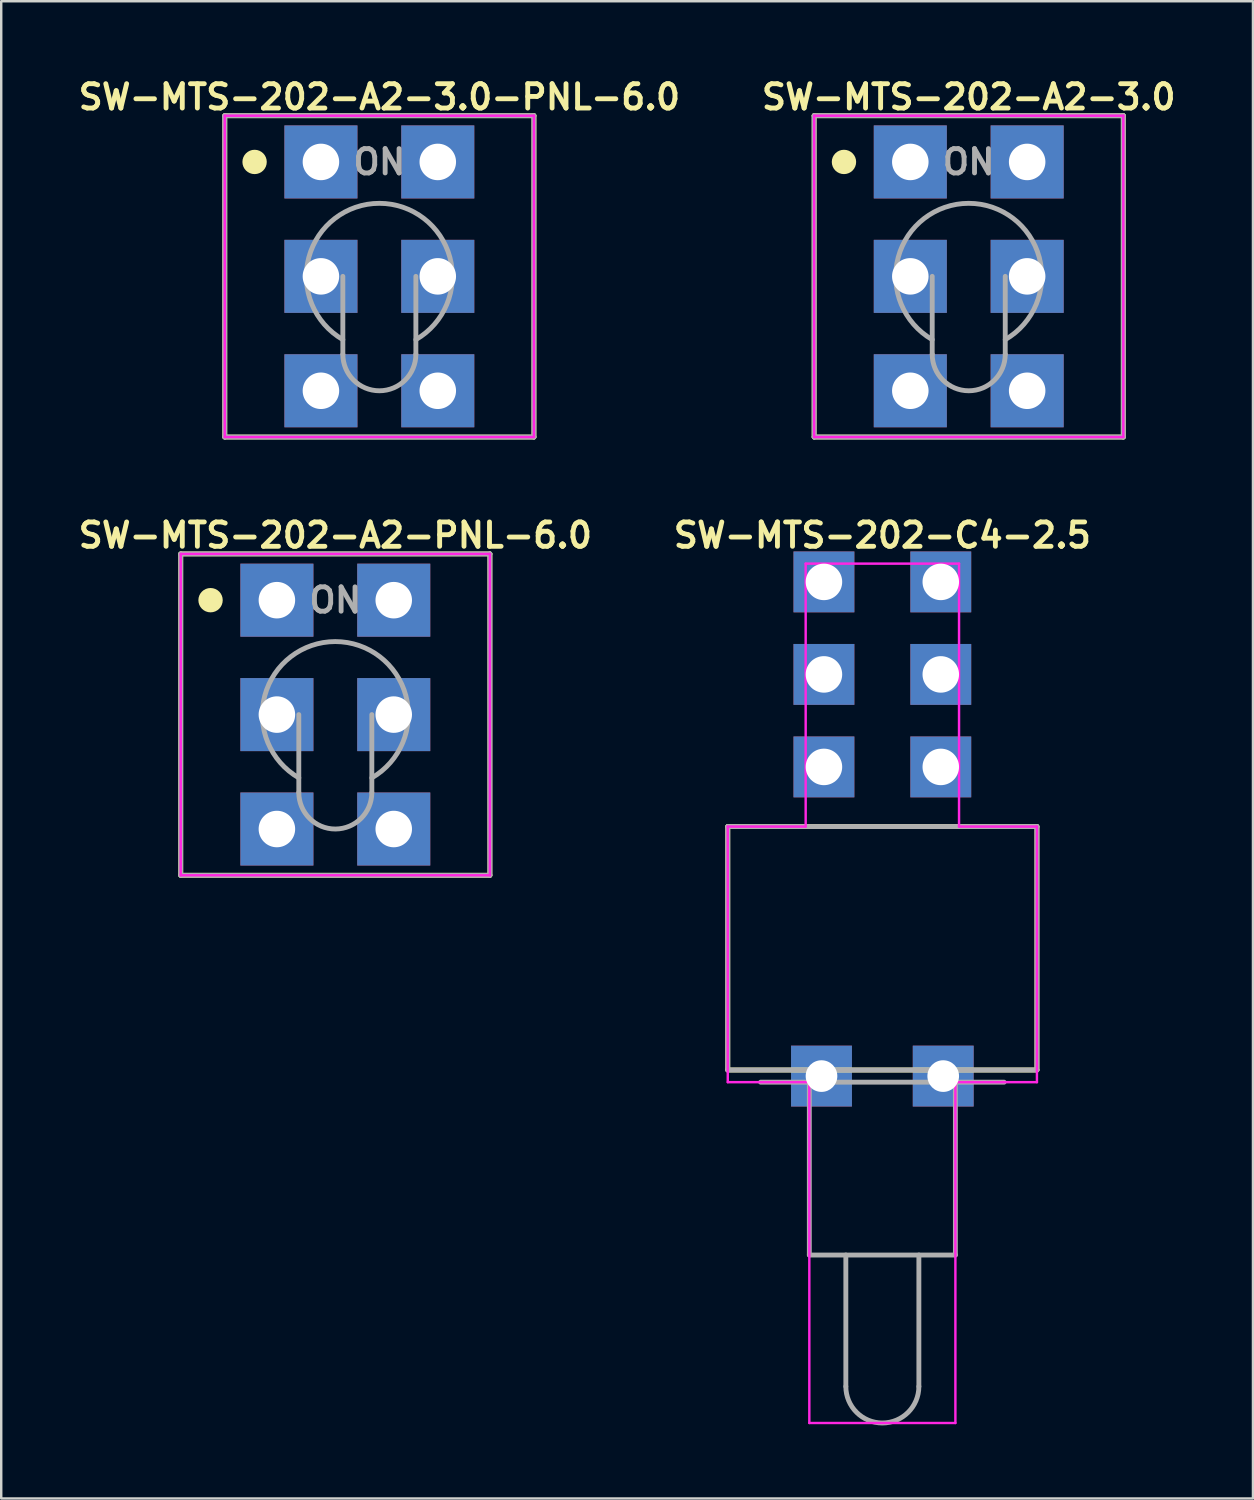
<source format=kicad_pcb>
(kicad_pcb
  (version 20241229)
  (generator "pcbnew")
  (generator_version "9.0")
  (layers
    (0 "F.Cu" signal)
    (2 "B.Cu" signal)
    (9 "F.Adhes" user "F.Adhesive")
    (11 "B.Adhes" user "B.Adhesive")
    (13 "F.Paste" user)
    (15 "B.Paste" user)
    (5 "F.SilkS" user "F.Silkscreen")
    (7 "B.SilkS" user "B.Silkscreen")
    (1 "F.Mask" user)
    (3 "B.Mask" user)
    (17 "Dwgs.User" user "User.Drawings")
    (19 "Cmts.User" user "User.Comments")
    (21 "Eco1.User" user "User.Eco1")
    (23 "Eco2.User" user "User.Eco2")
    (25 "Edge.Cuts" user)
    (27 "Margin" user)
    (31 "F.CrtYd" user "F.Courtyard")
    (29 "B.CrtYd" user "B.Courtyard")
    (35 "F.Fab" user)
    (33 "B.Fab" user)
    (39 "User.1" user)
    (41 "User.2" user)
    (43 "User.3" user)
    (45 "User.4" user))
  (footprint "SW-MTS-202-A2-PNL-6.0"
    (layer "F.Cu")
    (at 10.724 26.304)
    (property "Reference" "SW-MTS-202-A2-PNL-6.0" (at 0 -7.366 0) (layer "F.SilkS") (effects (font (size 1 1) (thickness 0.2))))
    (attr through_hole)
    (fp_line (start -6.35 -6.6) (end -6.35 6.6) (stroke (width 0.2) (type solid)) (layer "F.SilkS"))
    (fp_line (start -6.35 -6.6) (end 6.35 -6.6) (stroke (width 0.2) (type solid)) (layer "F.SilkS"))
    (fp_line (start -6.35 6.6) (end 6.35 6.6) (stroke (width 0.2) (type solid)) (layer "F.SilkS"))
    (fp_line (start 6.35 -6.6) (end 6.35 6.6) (stroke (width 0.2) (type solid)) (layer "F.SilkS"))
    (fp_circle (center -5.125 -4.7) (end -4.875 -4.7) (stroke (width 0.5) (type solid)) (fill no) (layer "F.SilkS"))
    (fp_circle (center 0 0) (end 3 0) (stroke (width 0.4) (type solid)) (fill no) (layer "Eco1.User"))
    (fp_line (start -6.35 -6.6) (end -6.35 6.6) (stroke (width 0.1) (type solid)) (layer "F.CrtYd"))
    (fp_line (start -6.35 -6.6) (end 6.35 -6.6) (stroke (width 0.1) (type solid)) (layer "F.CrtYd"))
    (fp_line (start -6.35 6.6) (end 6.35 6.6) (stroke (width 0.1) (type solid)) (layer "F.CrtYd"))
    (fp_line (start 6.35 -6.6) (end 6.35 6.6) (stroke (width 0.1) (type solid)) (layer "F.CrtYd"))
    (fp_line (start -6.35 -6.6) (end -6.35 6.6) (stroke (width 0.2) (type solid)) (layer "F.Fab"))
    (fp_line (start -6.35 -6.6) (end 6.35 -6.6) (stroke (width 0.2) (type solid)) (layer "F.Fab"))
    (fp_line (start -6.35 6.6) (end 6.35 6.6) (stroke (width 0.2) (type solid)) (layer "F.Fab"))
    (fp_line (start -1.5 0) (end -1.5 3.2) (stroke (width 0.2) (type solid)) (layer "F.Fab"))
    (fp_line (start 1.5 0) (end 1.5 3.2) (stroke (width 0.2) (type solid)) (layer "F.Fab"))
    (fp_line (start 6.35 -6.6) (end 6.35 6.6) (stroke (width 0.2) (type solid)) (layer "F.Fab"))
    (fp_arc (start -1.5 2.598076) (mid 0 -3) (end 1.5 2.598076) (stroke (width 0.2) (type solid)) (layer "F.Fab"))
    (fp_arc (start 1.5 3.2) (mid 0 4.7) (end -1.5 3.2) (stroke (width 0.2) (type solid)) (layer "F.Fab"))
    (fp_text user "ON" (at 0 -4.7 0) (layer "F.Fab") (effects (font (size 1 1) (thickness 0.2))))
    (pad "COM1" thru_hole rect (at -2.4 0) (size 3 3) (drill 1.5) (layers "*.Cu" "*.Mask"))
    (pad "COM2" thru_hole rect (at 2.4 0) (size 3 3) (drill 1.5) (layers "*.Cu" "*.Mask"))
    (pad "NC1" thru_hole rect (at -2.4 -4.7) (size 3 3) (drill 1.5) (layers "*.Cu" "*.Mask"))
    (pad "NC2" thru_hole rect (at 2.4 -4.7) (size 3 3) (drill 1.5) (layers "*.Cu" "*.Mask"))
    (pad "NO1" thru_hole rect (at -2.4 4.7) (size 3 3) (drill 1.5) (layers "*.Cu" "*.Mask"))
    (pad "NO2" thru_hole rect (at 2.4 4.7) (size 3 3) (drill 1.5) (layers "*.Cu" "*.Mask")))
  (footprint "SW-MTS-202-A2-3.0-PNL-6.0"
    (layer "F.Cu")
    (at 12.533 8.302)
    (property "Reference" "SW-MTS-202-A2-3.0-PNL-6.0" (at 0 -7.366 0) (layer "F.SilkS") (effects (font (size 1 1) (thickness 0.2))))
    (attr through_hole)
    (fp_line (start -6.35 -6.6) (end -6.35 6.6) (stroke (width 0.2) (type solid)) (layer "F.SilkS"))
    (fp_line (start -6.35 -6.6) (end 6.35 -6.6) (stroke (width 0.2) (type solid)) (layer "F.SilkS"))
    (fp_line (start -6.35 6.6) (end 6.35 6.6) (stroke (width 0.2) (type solid)) (layer "F.SilkS"))
    (fp_line (start 6.35 -6.6) (end 6.35 6.6) (stroke (width 0.2) (type solid)) (layer "F.SilkS"))
    (fp_circle (center -5.125 -4.7) (end -4.875 -4.7) (stroke (width 0.5) (type solid)) (fill no) (layer "F.SilkS"))
    (fp_circle (center 0 0) (end 3 0) (stroke (width 0.4) (type solid)) (fill no) (layer "Eco1.User"))
    (fp_line (start -6.35 -6.6) (end -6.35 6.6) (stroke (width 0.1) (type solid)) (layer "F.CrtYd"))
    (fp_line (start -6.35 -6.6) (end 6.35 -6.6) (stroke (width 0.1) (type solid)) (layer "F.CrtYd"))
    (fp_line (start -6.35 6.6) (end 6.35 6.6) (stroke (width 0.1) (type solid)) (layer "F.CrtYd"))
    (fp_line (start 6.35 -6.6) (end 6.35 6.6) (stroke (width 0.1) (type solid)) (layer "F.CrtYd"))
    (fp_line (start -6.35 -6.6) (end -6.35 6.6) (stroke (width 0.2) (type solid)) (layer "F.Fab"))
    (fp_line (start -6.35 -6.6) (end 6.35 -6.6) (stroke (width 0.2) (type solid)) (layer "F.Fab"))
    (fp_line (start -6.35 6.6) (end 6.35 6.6) (stroke (width 0.2) (type solid)) (layer "F.Fab"))
    (fp_line (start -1.5 0) (end -1.5 3.2) (stroke (width 0.2) (type solid)) (layer "F.Fab"))
    (fp_line (start 1.5 0) (end 1.5 3.2) (stroke (width 0.2) (type solid)) (layer "F.Fab"))
    (fp_line (start 6.35 -6.6) (end 6.35 6.6) (stroke (width 0.2) (type solid)) (layer "F.Fab"))
    (fp_arc (start -1.5 2.598076) (mid 0 -3) (end 1.5 2.598076) (stroke (width 0.2) (type solid)) (layer "F.Fab"))
    (fp_arc (start 1.5 3.2) (mid 0 4.7) (end -1.5 3.2) (stroke (width 0.2) (type solid)) (layer "F.Fab"))
    (fp_text user "ON" (at 0 -4.7 0) (layer "F.Fab") (effects (font (size 1 1) (thickness 0.2))))
    (pad "COM1" thru_hole rect (at -2.4 0) (size 3 3) (drill 1.5) (layers "*.Cu" "*.Mask"))
    (pad "COM2" thru_hole rect (at 2.4 0) (size 3 3) (drill 1.5) (layers "*.Cu" "*.Mask"))
    (pad "NC1" thru_hole rect (at -2.4 -4.7) (size 3 3) (drill 1.5) (layers "*.Cu" "*.Mask"))
    (pad "NC2" thru_hole rect (at 2.4 -4.7) (size 3 3) (drill 1.5) (layers "*.Cu" "*.Mask"))
    (pad "NO1" thru_hole rect (at -2.4 4.7) (size 3 3) (drill 1.5) (layers "*.Cu" "*.Mask"))
    (pad "NO2" thru_hole rect (at 2.4 4.7) (size 3 3) (drill 1.5) (layers "*.Cu" "*.Mask")))
  (footprint "SW-MTS-202-A2-3.0"
    (layer "F.Cu")
    (at 36.743 8.302)
    (property "Reference" "SW-MTS-202-A2-3.0" (at 0 -7.366 0) (layer "F.SilkS") (effects (font (size 1 1) (thickness 0.2))))
    (attr through_hole)
    (fp_line (start -6.35 -6.6) (end -6.35 6.6) (stroke (width 0.2) (type solid)) (layer "F.SilkS"))
    (fp_line (start -6.35 -6.6) (end 6.35 -6.6) (stroke (width 0.2) (type solid)) (layer "F.SilkS"))
    (fp_line (start -6.35 6.6) (end 6.35 6.6) (stroke (width 0.2) (type solid)) (layer "F.SilkS"))
    (fp_line (start 6.35 -6.6) (end 6.35 6.6) (stroke (width 0.2) (type solid)) (layer "F.SilkS"))
    (fp_circle (center -5.125 -4.7) (end -4.875 -4.7) (stroke (width 0.5) (type solid)) (fill no) (layer "F.SilkS"))
    (fp_line (start -6.35 -6.6) (end -6.35 6.6) (stroke (width 0.1) (type solid)) (layer "F.CrtYd"))
    (fp_line (start -6.35 -6.6) (end 6.35 -6.6) (stroke (width 0.1) (type solid)) (layer "F.CrtYd"))
    (fp_line (start -6.35 6.6) (end 6.35 6.6) (stroke (width 0.1) (type solid)) (layer "F.CrtYd"))
    (fp_line (start 6.35 -6.6) (end 6.35 6.6) (stroke (width 0.1) (type solid)) (layer "F.CrtYd"))
    (fp_line (start -6.35 -6.6) (end -6.35 6.6) (stroke (width 0.2) (type solid)) (layer "F.Fab"))
    (fp_line (start -6.35 -6.6) (end 6.35 -6.6) (stroke (width 0.2) (type solid)) (layer "F.Fab"))
    (fp_line (start -6.35 6.6) (end 6.35 6.6) (stroke (width 0.2) (type solid)) (layer "F.Fab"))
    (fp_line (start -1.5 0) (end -1.5 3.2) (stroke (width 0.2) (type solid)) (layer "F.Fab"))
    (fp_line (start 1.5 0) (end 1.5 3.2) (stroke (width 0.2) (type solid)) (layer "F.Fab"))
    (fp_line (start 6.35 -6.6) (end 6.35 6.6) (stroke (width 0.2) (type solid)) (layer "F.Fab"))
    (fp_arc (start -1.5 2.598076) (mid 0 -3) (end 1.5 2.598076) (stroke (width 0.2) (type solid)) (layer "F.Fab"))
    (fp_arc (start 1.5 3.2) (mid 0 4.7) (end -1.5 3.2) (stroke (width 0.2) (type solid)) (layer "F.Fab"))
    (fp_text user "ON" (at 0 -4.7 0) (layer "F.Fab") (effects (font (size 1 1) (thickness 0.2))))
    (pad "COM1" thru_hole rect (at -2.4 0) (size 3 3) (drill 1.5) (layers "*.Cu" "*.Mask"))
    (pad "COM2" thru_hole rect (at 2.4 0) (size 3 3) (drill 1.5) (layers "*.Cu" "*.Mask"))
    (pad "NC1" thru_hole rect (at -2.4 -4.7) (size 3 3) (drill 1.5) (layers "*.Cu" "*.Mask"))
    (pad "NC2" thru_hole rect (at 2.4 -4.7) (size 3 3) (drill 1.5) (layers "*.Cu" "*.Mask"))
    (pad "NO1" thru_hole rect (at -2.4 4.7) (size 3 3) (drill 1.5) (layers "*.Cu" "*.Mask"))
    (pad "NO2" thru_hole rect (at 2.4 4.7) (size 3 3) (drill 1.5) (layers "*.Cu" "*.Mask")))
  (footprint "SW-MTS-202-C4-2.5"
    (layer "F.Cu")
    (at 33.195 24.653)
    (property "Reference" "SW-MTS-202-C4-2.5" (at 0 -5.715 0) (layer "F.SilkS") (effects (font (size 1 1) (thickness 0.2))))
    (attr through_hole)
    (fp_line (start -6.35 6.25) (end -6.35 16.25) (stroke (width 0.2) (type solid)) (layer "F.SilkS"))
    (fp_line (start -6.35 6.25) (end 6.35 6.25) (stroke (width 0.2) (type solid)) (layer "F.SilkS"))
    (fp_line (start -6.35 16.25) (end 6.35 16.25) (stroke (width 0.2) (type solid)) (layer "F.SilkS"))
    (fp_line (start 6.35 6.25) (end 6.35 16.25) (stroke (width 0.2) (type solid)) (layer "F.SilkS"))
    (fp_line (start -6.35 6.25) (end -6.35 16.75) (stroke (width 0.1) (type solid)) (layer "F.CrtYd"))
    (fp_line (start -6.35 6.25) (end -3.15 6.25) (stroke (width 0.1) (type solid)) (layer "F.CrtYd"))
    (fp_line (start -6.35 16.75) (end -3 16.75) (stroke (width 0.1) (type solid)) (layer "F.CrtYd"))
    (fp_line (start -3.15 -4.55) (end -3.15 6.25) (stroke (width 0.1) (type solid)) (layer "F.CrtYd"))
    (fp_line (start -3.15 -4.55) (end 3.15 -4.55) (stroke (width 0.1) (type solid)) (layer "F.CrtYd"))
    (fp_line (start -3 16.75) (end -3 30.75) (stroke (width 0.1) (type solid)) (layer "F.CrtYd"))
    (fp_line (start -3 30.75) (end 3 30.75) (stroke (width 0.1) (type solid)) (layer "F.CrtYd"))
    (fp_line (start 3 16.75) (end 3 30.75) (stroke (width 0.1) (type solid)) (layer "F.CrtYd"))
    (fp_line (start 3 16.75) (end 6.35 16.75) (stroke (width 0.1) (type solid)) (layer "F.CrtYd"))
    (fp_line (start 3.15 -4.55) (end 3.15 6.25) (stroke (width 0.1) (type solid)) (layer "F.CrtYd"))
    (fp_line (start 3.15 6.25) (end 6.35 6.25) (stroke (width 0.1) (type solid)) (layer "F.CrtYd"))
    (fp_line (start 6.35 6.25) (end 6.35 16.75) (stroke (width 0.1) (type solid)) (layer "F.CrtYd"))
    (fp_line (start -6.35 6.25) (end -6.35 16.25) (stroke (width 0.2) (type solid)) (layer "F.Fab"))
    (fp_line (start -6.35 6.25) (end 6.35 6.25) (stroke (width 0.2) (type solid)) (layer "F.Fab"))
    (fp_line (start -6.35 16.25) (end 6.35 16.25) (stroke (width 0.2) (type solid)) (layer "F.Fab"))
    (fp_line (start -5 16.75) (end 5 16.75) (stroke (width 0.2) (type solid)) (layer "F.Fab"))
    (fp_line (start -3 16.75) (end -3 23.85) (stroke (width 0.2) (type solid)) (layer "F.Fab"))
    (fp_line (start -3 23.85) (end 3 23.85) (stroke (width 0.2) (type solid)) (layer "F.Fab"))
    (fp_line (start -1.5 23.85) (end -1.5 29.25) (stroke (width 0.2) (type solid)) (layer "F.Fab"))
    (fp_line (start 1.5 23.85) (end 1.5 29.25) (stroke (width 0.2) (type solid)) (layer "F.Fab"))
    (fp_line (start 3 16.75) (end 3 23.85) (stroke (width 0.2) (type solid)) (layer "F.Fab"))
    (fp_line (start 6.35 6.25) (end 6.35 16.25) (stroke (width 0.2) (type solid)) (layer "F.Fab"))
    (fp_arc (start 1.5 29.25) (mid 0 30.75) (end -1.5 29.25) (stroke (width 0.2) (type solid)) (layer "F.Fab"))
    (pad "0" thru_hole rect (at -2.5 16.5) (size 2.5 2.5) (drill 1.3) (layers "*.Cu" "*.Mask"))
    (pad "0" thru_hole rect (at 2.5 16.5) (size 2.5 2.5) (drill 1.3) (layers "*.Cu" "*.Mask"))
    (pad "COM1" thru_hole rect (at -2.4 0) (size 2.5 2.5) (drill 1.5) (layers "*.Cu" "*.Mask"))
    (pad "COM2" thru_hole rect (at 2.4 0) (size 2.5 2.5) (drill 1.5) (layers "*.Cu" "*.Mask"))
    (pad "NC1" thru_hole rect (at -2.4 -3.8) (size 2.5 2.5) (drill 1.5) (layers "*.Cu" "*.Mask"))
    (pad "NC2" thru_hole rect (at 2.4 -3.8) (size 2.5 2.5) (drill 1.5) (layers "*.Cu" "*.Mask"))
    (pad "NO1" thru_hole rect (at -2.4 3.8) (size 2.5 2.5) (drill 1.5) (layers "*.Cu" "*.Mask"))
    (pad "NO2" thru_hole rect (at 2.4 3.8) (size 2.5 2.5) (drill 1.5) (layers "*.Cu" "*.Mask")))
  (gr_rect
    (start -3 -3)
    (end 48.419 58.503)
    (stroke (width 0.1) (type default))
    (fill no)
    (layer "Edge.Cuts")))
</source>
